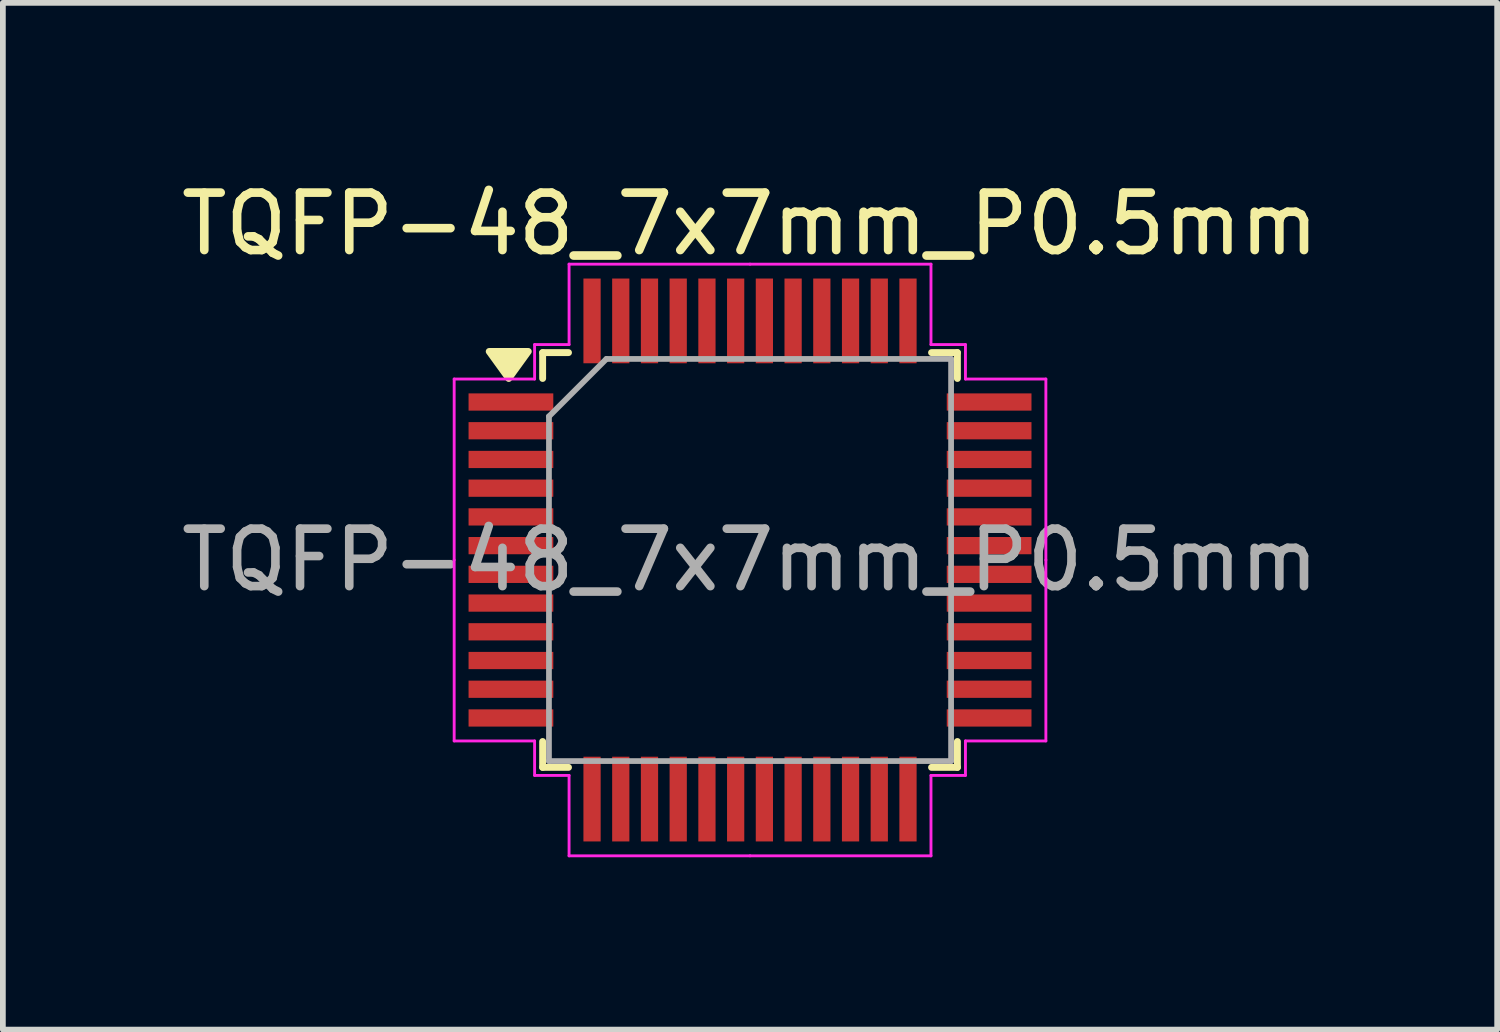
<source format=kicad_pcb>
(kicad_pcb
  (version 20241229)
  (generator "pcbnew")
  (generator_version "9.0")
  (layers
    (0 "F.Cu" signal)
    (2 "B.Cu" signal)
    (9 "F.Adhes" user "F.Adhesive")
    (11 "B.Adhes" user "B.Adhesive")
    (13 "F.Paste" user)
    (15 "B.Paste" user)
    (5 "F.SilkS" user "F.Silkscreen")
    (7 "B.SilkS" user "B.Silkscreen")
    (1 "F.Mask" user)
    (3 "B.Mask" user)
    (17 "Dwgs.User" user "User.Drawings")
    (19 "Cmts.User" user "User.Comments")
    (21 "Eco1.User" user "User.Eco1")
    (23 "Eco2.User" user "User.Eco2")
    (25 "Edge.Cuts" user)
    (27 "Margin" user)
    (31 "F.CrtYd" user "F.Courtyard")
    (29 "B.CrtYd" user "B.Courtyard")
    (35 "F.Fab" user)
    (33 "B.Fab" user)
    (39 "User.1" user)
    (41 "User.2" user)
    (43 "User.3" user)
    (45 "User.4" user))
  (footprint "TQFP-48_7x7mm_P0.5mm"
    (layer "F.Cu")
    (at 10.006 6.698)
    (property "Reference" "TQFP-48_7x7mm_P0.5mm" (at 0 -5.85 0) (layer "F.SilkS") (effects (font (size 1 1) (thickness 0.15))))
    (attr smd)
    (fp_line (start -3.61 -3.61) (end -3.61 -3.16) (stroke (width 0.12) (type solid)) (layer "F.SilkS"))
    (fp_line (start -3.61 3.61) (end -3.61 3.16) (stroke (width 0.12) (type solid)) (layer "F.SilkS"))
    (fp_line (start -3.16 -3.61) (end -3.61 -3.61) (stroke (width 0.12) (type solid)) (layer "F.SilkS"))
    (fp_line (start -3.16 3.61) (end -3.61 3.61) (stroke (width 0.12) (type solid)) (layer "F.SilkS"))
    (fp_line (start 3.16 -3.61) (end 3.61 -3.61) (stroke (width 0.12) (type solid)) (layer "F.SilkS"))
    (fp_line (start 3.16 3.61) (end 3.61 3.61) (stroke (width 0.12) (type solid)) (layer "F.SilkS"))
    (fp_line (start 3.61 -3.61) (end 3.61 -3.16) (stroke (width 0.12) (type solid)) (layer "F.SilkS"))
    (fp_line (start 3.61 3.61) (end 3.61 3.16) (stroke (width 0.12) (type solid)) (layer "F.SilkS"))
    (fp_poly (pts (xy -4.2 -3.16) (xy -4.54 -3.63) (xy -3.86 -3.63) (xy -4.2 -3.16)) (stroke (width 0.12) (type solid)) (fill yes) (layer "F.SilkS"))
    (fp_line (start -5.15 -3.15) (end -5.15 0) (stroke (width 0.05) (type solid)) (layer "F.CrtYd"))
    (fp_line (start -5.15 3.15) (end -5.15 0) (stroke (width 0.05) (type solid)) (layer "F.CrtYd"))
    (fp_line (start -3.75 -3.75) (end -3.75 -3.15) (stroke (width 0.05) (type solid)) (layer "F.CrtYd"))
    (fp_line (start -3.75 -3.15) (end -5.15 -3.15) (stroke (width 0.05) (type solid)) (layer "F.CrtYd"))
    (fp_line (start -3.75 3.15) (end -5.15 3.15) (stroke (width 0.05) (type solid)) (layer "F.CrtYd"))
    (fp_line (start -3.75 3.75) (end -3.75 3.15) (stroke (width 0.05) (type solid)) (layer "F.CrtYd"))
    (fp_line (start -3.15 -5.15) (end -3.15 -3.75) (stroke (width 0.05) (type solid)) (layer "F.CrtYd"))
    (fp_line (start -3.15 -3.75) (end -3.75 -3.75) (stroke (width 0.05) (type solid)) (layer "F.CrtYd"))
    (fp_line (start -3.15 3.75) (end -3.75 3.75) (stroke (width 0.05) (type solid)) (layer "F.CrtYd"))
    (fp_line (start -3.15 5.15) (end -3.15 3.75) (stroke (width 0.05) (type solid)) (layer "F.CrtYd"))
    (fp_line (start 0 -5.15) (end -3.15 -5.15) (stroke (width 0.05) (type solid)) (layer "F.CrtYd"))
    (fp_line (start 0 -5.15) (end 3.15 -5.15) (stroke (width 0.05) (type solid)) (layer "F.CrtYd"))
    (fp_line (start 0 5.15) (end -3.15 5.15) (stroke (width 0.05) (type solid)) (layer "F.CrtYd"))
    (fp_line (start 0 5.15) (end 3.15 5.15) (stroke (width 0.05) (type solid)) (layer "F.CrtYd"))
    (fp_line (start 3.15 -5.15) (end 3.15 -3.75) (stroke (width 0.05) (type solid)) (layer "F.CrtYd"))
    (fp_line (start 3.15 -3.75) (end 3.75 -3.75) (stroke (width 0.05) (type solid)) (layer "F.CrtYd"))
    (fp_line (start 3.15 3.75) (end 3.75 3.75) (stroke (width 0.05) (type solid)) (layer "F.CrtYd"))
    (fp_line (start 3.15 5.15) (end 3.15 3.75) (stroke (width 0.05) (type solid)) (layer "F.CrtYd"))
    (fp_line (start 3.75 -3.75) (end 3.75 -3.15) (stroke (width 0.05) (type solid)) (layer "F.CrtYd"))
    (fp_line (start 3.75 -3.15) (end 5.15 -3.15) (stroke (width 0.05) (type solid)) (layer "F.CrtYd"))
    (fp_line (start 3.75 3.15) (end 5.15 3.15) (stroke (width 0.05) (type solid)) (layer "F.CrtYd"))
    (fp_line (start 3.75 3.75) (end 3.75 3.15) (stroke (width 0.05) (type solid)) (layer "F.CrtYd"))
    (fp_line (start 5.15 -3.15) (end 5.15 0) (stroke (width 0.05) (type solid)) (layer "F.CrtYd"))
    (fp_line (start 5.15 3.15) (end 5.15 0) (stroke (width 0.05) (type solid)) (layer "F.CrtYd"))
    (fp_line (start -3.5 -2.5) (end -2.5 -3.5) (stroke (width 0.1) (type solid)) (layer "F.Fab"))
    (fp_line (start -3.5 3.5) (end -3.5 -2.5) (stroke (width 0.1) (type solid)) (layer "F.Fab"))
    (fp_line (start -2.5 -3.5) (end 3.5 -3.5) (stroke (width 0.1) (type solid)) (layer "F.Fab"))
    (fp_line (start 3.5 -3.5) (end 3.5 3.5) (stroke (width 0.1) (type solid)) (layer "F.Fab"))
    (fp_line (start 3.5 3.5) (end -3.5 3.5) (stroke (width 0.1) (type solid)) (layer "F.Fab"))
    (fp_text user "${REFERENCE}" (at 0 0 0) (layer "F.Fab") (effects (font (size 1 1) (thickness 0.15))))
    (pad "1" smd rect (at -4.162 -2.75) (size 1.475 0.3) (layers "F.Cu" "F.Mask" "F.Paste"))
    (pad "2" smd rect (at -4.162 -2.25) (size 1.475 0.3) (layers "F.Cu" "F.Mask" "F.Paste"))
    (pad "3" smd rect (at -4.162 -1.75) (size 1.475 0.3) (layers "F.Cu" "F.Mask" "F.Paste"))
    (pad "4" smd rect (at -4.162 -1.25) (size 1.475 0.3) (layers "F.Cu" "F.Mask" "F.Paste"))
    (pad "5" smd rect (at -4.162 -0.75) (size 1.475 0.3) (layers "F.Cu" "F.Mask" "F.Paste"))
    (pad "6" smd rect (at -4.162 -0.25) (size 1.475 0.3) (layers "F.Cu" "F.Mask" "F.Paste"))
    (pad "7" smd rect (at -4.162 0.25) (size 1.475 0.3) (layers "F.Cu" "F.Mask" "F.Paste"))
    (pad "8" smd rect (at -4.162 0.75) (size 1.475 0.3) (layers "F.Cu" "F.Mask" "F.Paste"))
    (pad "9" smd rect (at -4.162 1.25) (size 1.475 0.3) (layers "F.Cu" "F.Mask" "F.Paste"))
    (pad "10" smd rect (at -4.162 1.75) (size 1.475 0.3) (layers "F.Cu" "F.Mask" "F.Paste"))
    (pad "11" smd rect (at -4.162 2.25) (size 1.475 0.3) (layers "F.Cu" "F.Mask" "F.Paste"))
    (pad "12" smd rect (at -4.162 2.75) (size 1.475 0.3) (layers "F.Cu" "F.Mask" "F.Paste"))
    (pad "13" smd rect (at -2.75 4.162) (size 0.3 1.475) (layers "F.Cu" "F.Mask" "F.Paste"))
    (pad "14" smd rect (at -2.25 4.162) (size 0.3 1.475) (layers "F.Cu" "F.Mask" "F.Paste"))
    (pad "15" smd rect (at -1.75 4.162) (size 0.3 1.475) (layers "F.Cu" "F.Mask" "F.Paste"))
    (pad "16" smd rect (at -1.25 4.162) (size 0.3 1.475) (layers "F.Cu" "F.Mask" "F.Paste"))
    (pad "17" smd rect (at -0.75 4.162) (size 0.3 1.475) (layers "F.Cu" "F.Mask" "F.Paste"))
    (pad "18" smd rect (at -0.25 4.162) (size 0.3 1.475) (layers "F.Cu" "F.Mask" "F.Paste"))
    (pad "19" smd rect (at 0.25 4.162) (size 0.3 1.475) (layers "F.Cu" "F.Mask" "F.Paste"))
    (pad "20" smd rect (at 0.75 4.162) (size 0.3 1.475) (layers "F.Cu" "F.Mask" "F.Paste"))
    (pad "21" smd rect (at 1.25 4.162) (size 0.3 1.475) (layers "F.Cu" "F.Mask" "F.Paste"))
    (pad "22" smd rect (at 1.75 4.162) (size 0.3 1.475) (layers "F.Cu" "F.Mask" "F.Paste"))
    (pad "23" smd rect (at 2.25 4.162) (size 0.3 1.475) (layers "F.Cu" "F.Mask" "F.Paste"))
    (pad "24" smd rect (at 2.75 4.162) (size 0.3 1.475) (layers "F.Cu" "F.Mask" "F.Paste"))
    (pad "25" smd rect (at 4.162 2.75) (size 1.475 0.3) (layers "F.Cu" "F.Mask" "F.Paste"))
    (pad "26" smd rect (at 4.162 2.25) (size 1.475 0.3) (layers "F.Cu" "F.Mask" "F.Paste"))
    (pad "27" smd rect (at 4.162 1.75) (size 1.475 0.3) (layers "F.Cu" "F.Mask" "F.Paste"))
    (pad "28" smd rect (at 4.162 1.25) (size 1.475 0.3) (layers "F.Cu" "F.Mask" "F.Paste"))
    (pad "29" smd rect (at 4.162 0.75) (size 1.475 0.3) (layers "F.Cu" "F.Mask" "F.Paste"))
    (pad "30" smd rect (at 4.162 0.25) (size 1.475 0.3) (layers "F.Cu" "F.Mask" "F.Paste"))
    (pad "31" smd rect (at 4.162 -0.25) (size 1.475 0.3) (layers "F.Cu" "F.Mask" "F.Paste"))
    (pad "32" smd rect (at 4.162 -0.75) (size 1.475 0.3) (layers "F.Cu" "F.Mask" "F.Paste"))
    (pad "33" smd rect (at 4.162 -1.25) (size 1.475 0.3) (layers "F.Cu" "F.Mask" "F.Paste"))
    (pad "34" smd rect (at 4.162 -1.75) (size 1.475 0.3) (layers "F.Cu" "F.Mask" "F.Paste"))
    (pad "35" smd rect (at 4.162 -2.25) (size 1.475 0.3) (layers "F.Cu" "F.Mask" "F.Paste"))
    (pad "36" smd rect (at 4.162 -2.75) (size 1.475 0.3) (layers "F.Cu" "F.Mask" "F.Paste"))
    (pad "37" smd rect (at 2.75 -4.162) (size 0.3 1.475) (layers "F.Cu" "F.Mask" "F.Paste"))
    (pad "38" smd rect (at 2.25 -4.162) (size 0.3 1.475) (layers "F.Cu" "F.Mask" "F.Paste"))
    (pad "39" smd rect (at 1.75 -4.162) (size 0.3 1.475) (layers "F.Cu" "F.Mask" "F.Paste"))
    (pad "40" smd rect (at 1.25 -4.162) (size 0.3 1.475) (layers "F.Cu" "F.Mask" "F.Paste"))
    (pad "41" smd rect (at 0.75 -4.162) (size 0.3 1.475) (layers "F.Cu" "F.Mask" "F.Paste"))
    (pad "42" smd rect (at 0.25 -4.162) (size 0.3 1.475) (layers "F.Cu" "F.Mask" "F.Paste"))
    (pad "43" smd rect (at -0.25 -4.162) (size 0.3 1.475) (layers "F.Cu" "F.Mask" "F.Paste"))
    (pad "44" smd rect (at -0.75 -4.162) (size 0.3 1.475) (layers "F.Cu" "F.Mask" "F.Paste"))
    (pad "45" smd rect (at -1.25 -4.162) (size 0.3 1.475) (layers "F.Cu" "F.Mask" "F.Paste"))
    (pad "46" smd rect (at -1.75 -4.162) (size 0.3 1.475) (layers "F.Cu" "F.Mask" "F.Paste"))
    (pad "47" smd rect (at -2.25 -4.162) (size 0.3 1.475) (layers "F.Cu" "F.Mask" "F.Paste"))
    (pad "48" smd rect (at -2.75 -4.162) (size 0.3 1.475) (layers "F.Cu" "F.Mask" "F.Paste")))
  (gr_rect
    (start -3 -3)
    (end 23.012 14.873)
    (stroke (width 0.1) (type default))
    (fill no)
    (layer "Edge.Cuts")))
</source>
